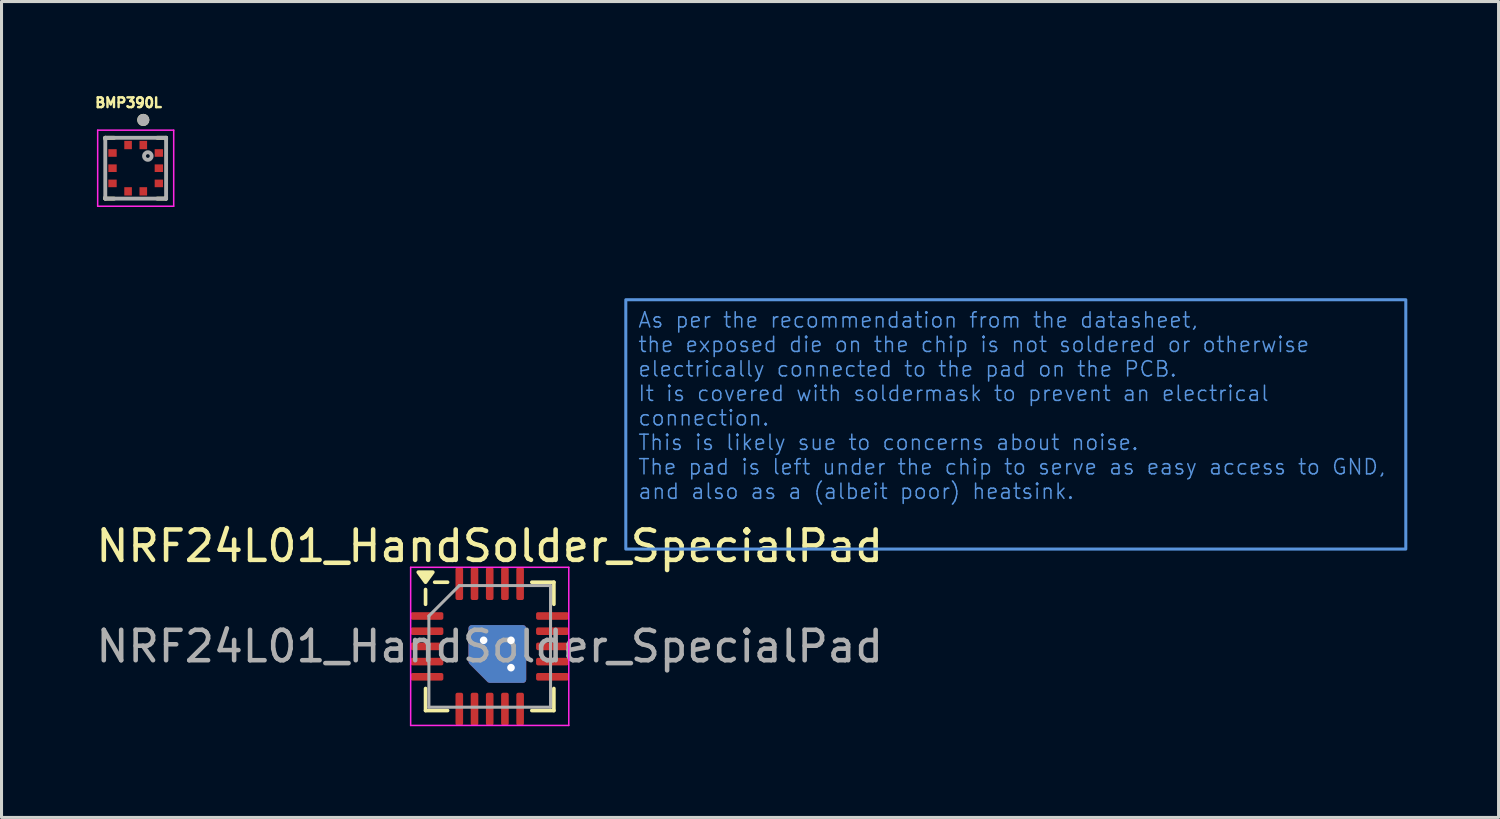
<source format=kicad_pcb>
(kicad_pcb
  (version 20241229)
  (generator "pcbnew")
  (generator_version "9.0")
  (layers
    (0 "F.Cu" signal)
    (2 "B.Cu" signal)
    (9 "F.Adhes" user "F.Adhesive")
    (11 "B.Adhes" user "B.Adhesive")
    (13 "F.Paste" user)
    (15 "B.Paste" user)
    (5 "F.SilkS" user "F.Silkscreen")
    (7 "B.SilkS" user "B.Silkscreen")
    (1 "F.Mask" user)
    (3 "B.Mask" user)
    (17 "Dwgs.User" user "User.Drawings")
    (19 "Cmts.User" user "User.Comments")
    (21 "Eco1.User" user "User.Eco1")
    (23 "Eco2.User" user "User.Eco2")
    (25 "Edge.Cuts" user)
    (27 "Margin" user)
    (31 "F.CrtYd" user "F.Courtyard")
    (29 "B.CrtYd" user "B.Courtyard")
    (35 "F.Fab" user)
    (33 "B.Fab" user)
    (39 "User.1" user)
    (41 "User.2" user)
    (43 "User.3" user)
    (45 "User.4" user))
  (footprint "BMP390L"
    (layer "F.Cu")
    (at 1.412 2.481)
    (property "Reference" "BMP390L" (at -0.234 -2.153 0) (layer "F.SilkS") (effects (font (size 0.32 0.32) (thickness 0.15))))
    (attr smd)
    (fp_line (start -1 -1) (end -0.708 -1) (stroke (width 0.127) (type solid)) (layer "F.SilkS"))
    (fp_line (start -1 -0.958) (end -1 -1) (stroke (width 0.127) (type solid)) (layer "F.SilkS"))
    (fp_line (start -1 1) (end -1 0.958) (stroke (width 0.127) (type solid)) (layer "F.SilkS"))
    (fp_line (start -1 1) (end -0.708 1) (stroke (width 0.127) (type solid)) (layer "F.SilkS"))
    (fp_line (start 0.708 -1) (end 1 -1) (stroke (width 0.127) (type solid)) (layer "F.SilkS"))
    (fp_line (start 1 -1) (end 1 -0.958) (stroke (width 0.127) (type solid)) (layer "F.SilkS"))
    (fp_line (start 1 0.958) (end 1 1) (stroke (width 0.127) (type solid)) (layer "F.SilkS"))
    (fp_line (start 1 1) (end 0.708 1) (stroke (width 0.127) (type solid)) (layer "F.SilkS"))
    (fp_circle (center 0.25 -1.587) (end 0.35 -1.587) (stroke (width 0.2) (type solid)) (fill no) (layer "F.SilkS"))
    (fp_line (start -1.25 -1.25) (end -1.25 1.25) (stroke (width 0.05) (type solid)) (layer "F.CrtYd"))
    (fp_line (start -1.25 1.25) (end 1.25 1.25) (stroke (width 0.05) (type solid)) (layer "F.CrtYd"))
    (fp_line (start 1.25 -1.25) (end -1.25 -1.25) (stroke (width 0.05) (type solid)) (layer "F.CrtYd"))
    (fp_line (start 1.25 1.25) (end 1.25 -1.25) (stroke (width 0.05) (type solid)) (layer "F.CrtYd"))
    (fp_line (start -1 -1) (end 1 -1) (stroke (width 0.127) (type solid)) (layer "F.Fab"))
    (fp_line (start -1 1) (end -1 -1) (stroke (width 0.127) (type solid)) (layer "F.Fab"))
    (fp_line (start 1 -1) (end 1 1) (stroke (width 0.127) (type solid)) (layer "F.Fab"))
    (fp_line (start 1 1) (end -1 1) (stroke (width 0.127) (type solid)) (layer "F.Fab"))
    (fp_circle (center 0.25 -1.587) (end 0.35 -1.587) (stroke (width 0.2) (type solid)) (fill no) (layer "F.Fab"))
    (fp_circle (center 0.4 -0.4) (end 0.525 -0.4) (stroke (width 0.127) (type solid)) (fill no) (layer "F.Fab"))
    (pad "1" smd rect (at 0.25 -0.762) (size 0.25 0.275) (layers "F.Cu" "F.Mask" "F.Paste"))
    (pad "2" smd rect (at -0.25 -0.762) (size 0.25 0.275) (layers "F.Cu" "F.Mask" "F.Paste"))
    (pad "3" smd rect (at -0.762 -0.5) (size 0.275 0.25) (layers "F.Cu" "F.Mask" "F.Paste"))
    (pad "4" smd rect (at -0.762 0) (size 0.275 0.25) (layers "F.Cu" "F.Mask" "F.Paste"))
    (pad "5" smd rect (at -0.762 0.5) (size 0.275 0.25) (layers "F.Cu" "F.Mask" "F.Paste"))
    (pad "6" smd rect (at -0.25 0.762) (size 0.25 0.275) (layers "F.Cu" "F.Mask" "F.Paste"))
    (pad "7" smd rect (at 0.25 0.762) (size 0.25 0.275) (layers "F.Cu" "F.Mask" "F.Paste"))
    (pad "8" smd rect (at 0.762 0.5) (size 0.275 0.25) (layers "F.Cu" "F.Mask" "F.Paste"))
    (pad "9" smd rect (at 0.762 0) (size 0.275 0.25) (layers "F.Cu" "F.Mask" "F.Paste"))
    (pad "10" smd rect (at 0.762 -0.5) (size 0.275 0.25) (layers "F.Cu" "F.Mask" "F.Paste")))
  (footprint "NRF24L01_HandSolder_SpecialPad"
    (layer "F.Cu")
    (at 13.054 18.206)
    (property "Reference" "NRF24L01_HandSolder_SpecialPad" (at 0 -3.3 0) (layer "F.SilkS") (effects (font (size 1 1) (thickness 0.15))))
    (attr smd)
    (fp_line (start -2.11 -1.385) (end -2.11 -1.87) (stroke (width 0.12) (type solid)) (layer "F.SilkS"))
    (fp_line (start -2.11 2.11) (end -2.11 1.385) (stroke (width 0.12) (type solid)) (layer "F.SilkS"))
    (fp_line (start -1.385 -2.11) (end -1.81 -2.11) (stroke (width 0.12) (type solid)) (layer "F.SilkS"))
    (fp_line (start -1.385 2.11) (end -2.11 2.11) (stroke (width 0.12) (type solid)) (layer "F.SilkS"))
    (fp_line (start 1.385 -2.11) (end 2.11 -2.11) (stroke (width 0.12) (type solid)) (layer "F.SilkS"))
    (fp_line (start 1.385 2.11) (end 2.11 2.11) (stroke (width 0.12) (type solid)) (layer "F.SilkS"))
    (fp_line (start 2.11 -2.11) (end 2.11 -1.385) (stroke (width 0.12) (type solid)) (layer "F.SilkS"))
    (fp_line (start 2.11 2.11) (end 2.11 1.385) (stroke (width 0.12) (type solid)) (layer "F.SilkS"))
    (fp_poly (pts (xy -2.11 -2.11) (xy -2.35 -2.44) (xy -1.87 -2.44) (xy -2.11 -2.11)) (stroke (width 0.12) (type solid)) (fill yes) (layer "F.SilkS"))
    (fp_line (start -2.6 -2.6) (end -2.6 2.6) (stroke (width 0.05) (type solid)) (layer "F.CrtYd"))
    (fp_line (start -2.6 2.6) (end 2.6 2.6) (stroke (width 0.05) (type solid)) (layer "F.CrtYd"))
    (fp_line (start 2.6 -2.6) (end -2.6 -2.6) (stroke (width 0.05) (type solid)) (layer "F.CrtYd"))
    (fp_line (start 2.6 2.6) (end 2.6 -2.6) (stroke (width 0.05) (type solid)) (layer "F.CrtYd"))
    (fp_line (start -2 -1) (end -1 -2) (stroke (width 0.1) (type solid)) (layer "F.Fab"))
    (fp_line (start -2 2) (end -2 -1) (stroke (width 0.1) (type solid)) (layer "F.Fab"))
    (fp_line (start -1 -2) (end 2 -2) (stroke (width 0.1) (type solid)) (layer "F.Fab"))
    (fp_line (start 2 -2) (end 2 2) (stroke (width 0.1) (type solid)) (layer "F.Fab"))
    (fp_line (start 2 2) (end -2 2) (stroke (width 0.1) (type solid)) (layer "F.Fab"))
    (fp_text user "${REFERENCE}" (at 0 0 0) (layer "F.Fab") (effects (font (size 1 1) (thickness 0.15))))
    (fp_text_box "As per the recommendation from the datasheet,\nthe exposed die on the chip is not soldered or otherwise electrically connected to the pad on the PCB.\nIt is covered with soldermask to prevent an electrical connection.\nThis is likely sue to concerns about noise.\nThe pad is left under the chip to serve as easy access to GND, and also as a (albeit poor) heatsink." (start 4.475 -11.4) (end 30.125 -3.2) (margins 0.425 0.425 0.425 0.425) (layer "Cmts.User") (effects (font (size 0.5 0.5) (thickness 0.05)) (justify left top)) (border yes) (stroke (width 0.1) (type solid)))
    (pad "1" smd roundrect (at -2.062 -1) (size 1.075 0.25) (layers "F.Cu" "F.Mask" "F.Paste") (roundrect_rratio 0.25))
    (pad "2" smd roundrect (at -2.062 -0.5) (size 1.075 0.25) (layers "F.Cu" "F.Mask" "F.Paste") (roundrect_rratio 0.25))
    (pad "3" smd roundrect (at -2.062 0) (size 1.075 0.25) (layers "F.Cu" "F.Mask" "F.Paste") (roundrect_rratio 0.25))
    (pad "4" smd roundrect (at -2.062 0.5) (size 1.075 0.25) (layers "F.Cu" "F.Mask" "F.Paste") (roundrect_rratio 0.25))
    (pad "5" smd roundrect (at -2.062 1) (size 1.075 0.25) (layers "F.Cu" "F.Mask" "F.Paste") (roundrect_rratio 0.25))
    (pad "6" smd roundrect (at -1 2.062) (size 0.25 1.075) (layers "F.Cu" "F.Mask" "F.Paste") (roundrect_rratio 0.25))
    (pad "7" smd roundrect (at -0.5 2.062) (size 0.25 1.075) (layers "F.Cu" "F.Mask" "F.Paste") (roundrect_rratio 0.25))
    (pad "8" smd roundrect (at 0 2.062) (size 0.25 1.075) (layers "F.Cu" "F.Mask" "F.Paste") (roundrect_rratio 0.25))
    (pad "9" smd roundrect (at 0.5 2.062) (size 0.25 1.075) (layers "F.Cu" "F.Mask" "F.Paste") (roundrect_rratio 0.25))
    (pad "10" smd roundrect (at 1 2.062) (size 0.25 1.075) (layers "F.Cu" "F.Mask" "F.Paste") (roundrect_rratio 0.25))
    (pad "11" smd roundrect (at 2.062 1) (size 1.075 0.25) (layers "F.Cu" "F.Mask" "F.Paste") (roundrect_rratio 0.25))
    (pad "12" smd roundrect (at 2.062 0.5) (size 1.075 0.25) (layers "F.Cu" "F.Mask" "F.Paste") (roundrect_rratio 0.25))
    (pad "13" smd roundrect (at 2.062 0) (size 1.075 0.25) (layers "F.Cu" "F.Mask" "F.Paste") (roundrect_rratio 0.25))
    (pad "14" smd roundrect (at 2.062 -0.5) (size 1.075 0.25) (layers "F.Cu" "F.Mask" "F.Paste") (roundrect_rratio 0.25))
    (pad "15" smd roundrect (at 2.062 -1) (size 1.075 0.25) (layers "F.Cu" "F.Mask" "F.Paste") (roundrect_rratio 0.25))
    (pad "16" smd roundrect (at 1 -2.062) (size 0.25 1.075) (layers "F.Cu" "F.Mask" "F.Paste") (roundrect_rratio 0.25))
    (pad "17" smd roundrect (at 0.5 -2.062) (size 0.25 1.075) (layers "F.Cu" "F.Mask" "F.Paste") (roundrect_rratio 0.25))
    (pad "18" smd roundrect (at 0 -2.062) (size 0.25 1.075) (layers "F.Cu" "F.Mask" "F.Paste") (roundrect_rratio 0.25))
    (pad "19" smd roundrect (at -0.5 -2.062) (size 0.25 1.075) (layers "F.Cu" "F.Mask" "F.Paste") (roundrect_rratio 0.25))
    (pad "20" smd roundrect (at -1 -2.062) (size 0.25 1.075) (layers "F.Cu" "F.Mask" "F.Paste") (roundrect_rratio 0.25))
    (pad "21" thru_hole circle (at -0.2 -0.2) (size 0.6 0.6) (drill 0.25) (property pad_prop_heatsink) (layers "*.Cu"))
    (pad "21" smd custom (at -0.1 -0.1) (size 0.8 0.8) (property pad_prop_heatsink) (layers "F.Cu") (options (anchor rect)) (primitives (gr_poly (pts (xy -0.5 -0.5) (xy 1.2 -0.5) (xy 1.2 1.2) (xy 0.1 1.2) (xy -0.5 0.6)) (width 0.2) (fill yes))))
    (pad "21" smd custom (at -0.1 -0.1) (size 0.8 0.8) (property pad_prop_heatsink) (layers "B.Cu") (options (anchor rect)) (primitives (gr_poly (pts (xy -0.5 -0.5) (xy 1.2 -0.5) (xy 1.2 1.2) (xy 0.1 1.2) (xy -0.5 0.6)) (width 0.2) (fill yes))))
    (pad "21" thru_hole circle (at 0.7 -0.2) (size 0.6 0.6) (drill 0.25) (property pad_prop_heatsink) (layers "*.Cu"))
    (pad "21" thru_hole circle (at 0.7 0.7) (size 0.6 0.6) (drill 0.25) (property pad_prop_heatsink) (layers "*.Cu")))
  (gr_rect
    (start -3 -3)
    (end 46.229 23.831)
    (stroke (width 0.1) (type default))
    (fill no)
    (layer "Edge.Cuts")))
</source>
